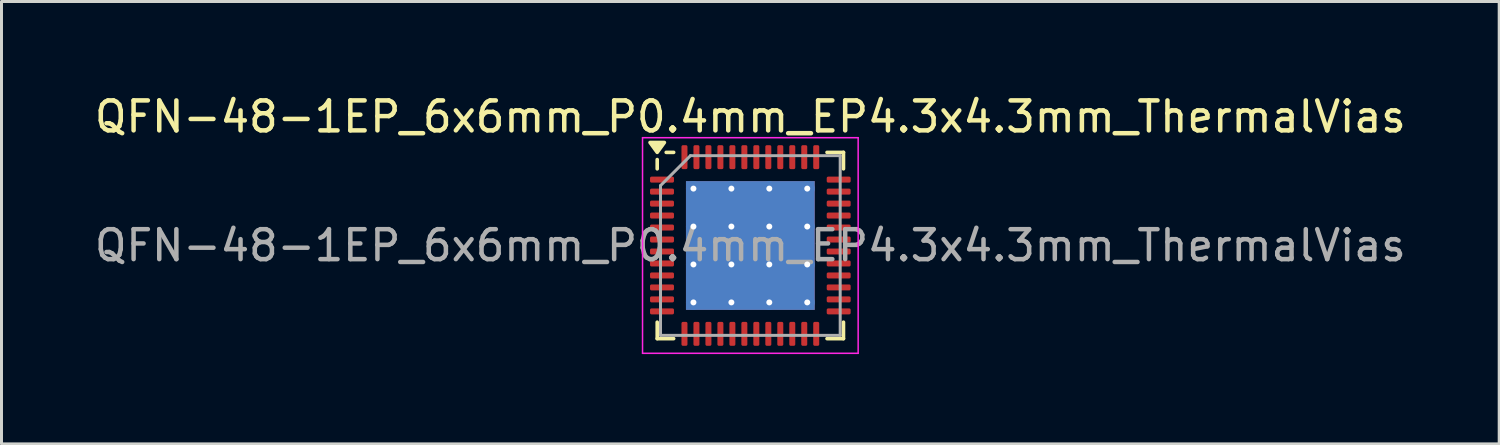
<source format=kicad_pcb>
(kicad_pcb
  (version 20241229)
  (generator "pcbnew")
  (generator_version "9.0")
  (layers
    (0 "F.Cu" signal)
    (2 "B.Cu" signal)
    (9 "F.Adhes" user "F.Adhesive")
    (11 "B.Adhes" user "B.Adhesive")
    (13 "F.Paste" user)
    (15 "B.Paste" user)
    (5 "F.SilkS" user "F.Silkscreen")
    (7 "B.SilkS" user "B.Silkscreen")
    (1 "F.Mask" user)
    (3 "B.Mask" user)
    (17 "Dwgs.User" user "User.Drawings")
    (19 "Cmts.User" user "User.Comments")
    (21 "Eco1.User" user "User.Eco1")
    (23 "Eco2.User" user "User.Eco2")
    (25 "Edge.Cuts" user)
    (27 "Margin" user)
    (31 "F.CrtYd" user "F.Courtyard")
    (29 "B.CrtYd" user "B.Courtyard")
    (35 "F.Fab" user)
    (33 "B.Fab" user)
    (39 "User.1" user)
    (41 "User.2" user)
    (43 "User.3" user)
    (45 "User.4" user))
  (footprint "QFN-48-1EP_6x6mm_P0.4mm_EP4.3x4.3mm_ThermalVias"
    (layer "F.Cu")
    (at 22.006 5.148)
    (property "Reference" "QFN-48-1EP_6x6mm_P0.4mm_EP4.3x4.3mm_ThermalVias" (at 0 -4.3 0) (layer "F.SilkS") (effects (font (size 1 1) (thickness 0.15))))
    (attr smd)
    (fp_line (start -3.11 -2.56) (end -3.11 -2.87) (stroke (width 0.12) (type solid)) (layer "F.SilkS"))
    (fp_line (start -3.11 3.11) (end -3.11 2.56) (stroke (width 0.12) (type solid)) (layer "F.SilkS"))
    (fp_line (start -2.56 -3.11) (end -2.81 -3.11) (stroke (width 0.12) (type solid)) (layer "F.SilkS"))
    (fp_line (start -2.56 3.11) (end -3.11 3.11) (stroke (width 0.12) (type solid)) (layer "F.SilkS"))
    (fp_line (start 2.56 -3.11) (end 3.11 -3.11) (stroke (width 0.12) (type solid)) (layer "F.SilkS"))
    (fp_line (start 2.56 3.11) (end 3.11 3.11) (stroke (width 0.12) (type solid)) (layer "F.SilkS"))
    (fp_line (start 3.11 -3.11) (end 3.11 -2.56) (stroke (width 0.12) (type solid)) (layer "F.SilkS"))
    (fp_line (start 3.11 3.11) (end 3.11 2.56) (stroke (width 0.12) (type solid)) (layer "F.SilkS"))
    (fp_poly (pts (xy -3.11 -3.11) (xy -3.35 -3.44) (xy -2.87 -3.44) (xy -3.11 -3.11)) (stroke (width 0.12) (type solid)) (fill yes) (layer "F.SilkS"))
    (fp_line (start -3.6 -3.6) (end -3.6 3.6) (stroke (width 0.05) (type solid)) (layer "F.CrtYd"))
    (fp_line (start -3.6 3.6) (end 3.6 3.6) (stroke (width 0.05) (type solid)) (layer "F.CrtYd"))
    (fp_line (start 3.6 -3.6) (end -3.6 -3.6) (stroke (width 0.05) (type solid)) (layer "F.CrtYd"))
    (fp_line (start 3.6 3.6) (end 3.6 -3.6) (stroke (width 0.05) (type solid)) (layer "F.CrtYd"))
    (fp_line (start -3 -2) (end -2 -3) (stroke (width 0.1) (type solid)) (layer "F.Fab"))
    (fp_line (start -3 3) (end -3 -2) (stroke (width 0.1) (type solid)) (layer "F.Fab"))
    (fp_line (start -2 -3) (end 3 -3) (stroke (width 0.1) (type solid)) (layer "F.Fab"))
    (fp_line (start 3 -3) (end 3 3) (stroke (width 0.1) (type solid)) (layer "F.Fab"))
    (fp_line (start 3 3) (end -3 3) (stroke (width 0.1) (type solid)) (layer "F.Fab"))
    (fp_text user "${REFERENCE}" (at 0 0 0) (layer "F.Fab") (effects (font (size 1 1) (thickness 0.15))))
    (pad "" smd custom (at -1.267 -1.267) (size 1.034 1.034) (layers "F.Paste") (options (anchor circle)) (primitives (gr_poly (pts (xy -0.456 -0.356) (xy -0.356 -0.456) (xy 0.356 -0.456) (xy 0.456 -0.356) (xy 0.456 0.356) (xy 0.356 0.456) (xy -0.356 0.456) (xy -0.456 0.356)) (width 0.243) (fill yes))))
    (pad "" smd custom (at -1.267 0) (size 1.034 1.034) (layers "F.Paste") (options (anchor circle)) (primitives (gr_poly (pts (xy -0.456 -0.356) (xy -0.356 -0.456) (xy 0.356 -0.456) (xy 0.456 -0.356) (xy 0.456 0.356) (xy 0.356 0.456) (xy -0.356 0.456) (xy -0.456 0.356)) (width 0.243) (fill yes))))
    (pad "" smd custom (at -1.267 1.267) (size 1.034 1.034) (layers "F.Paste") (options (anchor circle)) (primitives (gr_poly (pts (xy -0.456 -0.356) (xy -0.356 -0.456) (xy 0.356 -0.456) (xy 0.456 -0.356) (xy 0.456 0.356) (xy 0.356 0.456) (xy -0.356 0.456) (xy -0.456 0.356)) (width 0.243) (fill yes))))
    (pad "" smd custom (at 0 -1.267) (size 1.034 1.034) (layers "F.Paste") (options (anchor circle)) (primitives (gr_poly (pts (xy -0.456 -0.356) (xy -0.356 -0.456) (xy 0.356 -0.456) (xy 0.456 -0.356) (xy 0.456 0.356) (xy 0.356 0.456) (xy -0.356 0.456) (xy -0.456 0.356)) (width 0.243) (fill yes))))
    (pad "" smd custom (at 0 0) (size 1.034 1.034) (layers "F.Paste") (options (anchor circle)) (primitives (gr_poly (pts (xy -0.456 -0.356) (xy -0.356 -0.456) (xy 0.356 -0.456) (xy 0.456 -0.356) (xy 0.456 0.356) (xy 0.356 0.456) (xy -0.356 0.456) (xy -0.456 0.356)) (width 0.243) (fill yes))))
    (pad "" smd custom (at 0 1.267) (size 1.034 1.034) (layers "F.Paste") (options (anchor circle)) (primitives (gr_poly (pts (xy -0.456 -0.356) (xy -0.356 -0.456) (xy 0.356 -0.456) (xy 0.456 -0.356) (xy 0.456 0.356) (xy 0.356 0.456) (xy -0.356 0.456) (xy -0.456 0.356)) (width 0.243) (fill yes))))
    (pad "" smd custom (at 1.267 -1.267) (size 1.034 1.034) (layers "F.Paste") (options (anchor circle)) (primitives (gr_poly (pts (xy -0.456 -0.356) (xy -0.356 -0.456) (xy 0.356 -0.456) (xy 0.456 -0.356) (xy 0.456 0.356) (xy 0.356 0.456) (xy -0.356 0.456) (xy -0.456 0.356)) (width 0.243) (fill yes))))
    (pad "" smd custom (at 1.267 0) (size 1.034 1.034) (layers "F.Paste") (options (anchor circle)) (primitives (gr_poly (pts (xy -0.456 -0.356) (xy -0.356 -0.456) (xy 0.356 -0.456) (xy 0.456 -0.356) (xy 0.456 0.356) (xy 0.356 0.456) (xy -0.356 0.456) (xy -0.456 0.356)) (width 0.243) (fill yes))))
    (pad "" smd custom (at 1.267 1.267) (size 1.034 1.034) (layers "F.Paste") (options (anchor circle)) (primitives (gr_poly (pts (xy -0.456 -0.356) (xy -0.356 -0.456) (xy 0.356 -0.456) (xy 0.456 -0.356) (xy 0.456 0.356) (xy 0.356 0.456) (xy -0.356 0.456) (xy -0.456 0.356)) (width 0.243) (fill yes))))
    (pad "1" smd roundrect (at -2.95 -2.2) (size 0.8 0.2) (layers "F.Cu" "F.Mask" "F.Paste") (roundrect_rratio 0.25))
    (pad "2" smd roundrect (at -2.95 -1.8) (size 0.8 0.2) (layers "F.Cu" "F.Mask" "F.Paste") (roundrect_rratio 0.25))
    (pad "3" smd roundrect (at -2.95 -1.4) (size 0.8 0.2) (layers "F.Cu" "F.Mask" "F.Paste") (roundrect_rratio 0.25))
    (pad "4" smd roundrect (at -2.95 -1) (size 0.8 0.2) (layers "F.Cu" "F.Mask" "F.Paste") (roundrect_rratio 0.25))
    (pad "5" smd roundrect (at -2.95 -0.6) (size 0.8 0.2) (layers "F.Cu" "F.Mask" "F.Paste") (roundrect_rratio 0.25))
    (pad "6" smd roundrect (at -2.95 -0.2) (size 0.8 0.2) (layers "F.Cu" "F.Mask" "F.Paste") (roundrect_rratio 0.25))
    (pad "7" smd roundrect (at -2.95 0.2) (size 0.8 0.2) (layers "F.Cu" "F.Mask" "F.Paste") (roundrect_rratio 0.25))
    (pad "8" smd roundrect (at -2.95 0.6) (size 0.8 0.2) (layers "F.Cu" "F.Mask" "F.Paste") (roundrect_rratio 0.25))
    (pad "9" smd roundrect (at -2.95 1) (size 0.8 0.2) (layers "F.Cu" "F.Mask" "F.Paste") (roundrect_rratio 0.25))
    (pad "10" smd roundrect (at -2.95 1.4) (size 0.8 0.2) (layers "F.Cu" "F.Mask" "F.Paste") (roundrect_rratio 0.25))
    (pad "11" smd roundrect (at -2.95 1.8) (size 0.8 0.2) (layers "F.Cu" "F.Mask" "F.Paste") (roundrect_rratio 0.25))
    (pad "12" smd roundrect (at -2.95 2.2) (size 0.8 0.2) (layers "F.Cu" "F.Mask" "F.Paste") (roundrect_rratio 0.25))
    (pad "13" smd roundrect (at -2.2 2.95) (size 0.2 0.8) (layers "F.Cu" "F.Mask" "F.Paste") (roundrect_rratio 0.25))
    (pad "14" smd roundrect (at -1.8 2.95) (size 0.2 0.8) (layers "F.Cu" "F.Mask" "F.Paste") (roundrect_rratio 0.25))
    (pad "15" smd roundrect (at -1.4 2.95) (size 0.2 0.8) (layers "F.Cu" "F.Mask" "F.Paste") (roundrect_rratio 0.25))
    (pad "16" smd roundrect (at -1 2.95) (size 0.2 0.8) (layers "F.Cu" "F.Mask" "F.Paste") (roundrect_rratio 0.25))
    (pad "17" smd roundrect (at -0.6 2.95) (size 0.2 0.8) (layers "F.Cu" "F.Mask" "F.Paste") (roundrect_rratio 0.25))
    (pad "18" smd roundrect (at -0.2 2.95) (size 0.2 0.8) (layers "F.Cu" "F.Mask" "F.Paste") (roundrect_rratio 0.25))
    (pad "19" smd roundrect (at 0.2 2.95) (size 0.2 0.8) (layers "F.Cu" "F.Mask" "F.Paste") (roundrect_rratio 0.25))
    (pad "20" smd roundrect (at 0.6 2.95) (size 0.2 0.8) (layers "F.Cu" "F.Mask" "F.Paste") (roundrect_rratio 0.25))
    (pad "21" smd roundrect (at 1 2.95) (size 0.2 0.8) (layers "F.Cu" "F.Mask" "F.Paste") (roundrect_rratio 0.25))
    (pad "22" smd roundrect (at 1.4 2.95) (size 0.2 0.8) (layers "F.Cu" "F.Mask" "F.Paste") (roundrect_rratio 0.25))
    (pad "23" smd roundrect (at 1.8 2.95) (size 0.2 0.8) (layers "F.Cu" "F.Mask" "F.Paste") (roundrect_rratio 0.25))
    (pad "24" smd roundrect (at 2.2 2.95) (size 0.2 0.8) (layers "F.Cu" "F.Mask" "F.Paste") (roundrect_rratio 0.25))
    (pad "25" smd roundrect (at 2.95 2.2) (size 0.8 0.2) (layers "F.Cu" "F.Mask" "F.Paste") (roundrect_rratio 0.25))
    (pad "26" smd roundrect (at 2.95 1.8) (size 0.8 0.2) (layers "F.Cu" "F.Mask" "F.Paste") (roundrect_rratio 0.25))
    (pad "27" smd roundrect (at 2.95 1.4) (size 0.8 0.2) (layers "F.Cu" "F.Mask" "F.Paste") (roundrect_rratio 0.25))
    (pad "28" smd roundrect (at 2.95 1) (size 0.8 0.2) (layers "F.Cu" "F.Mask" "F.Paste") (roundrect_rratio 0.25))
    (pad "29" smd roundrect (at 2.95 0.6) (size 0.8 0.2) (layers "F.Cu" "F.Mask" "F.Paste") (roundrect_rratio 0.25))
    (pad "30" smd roundrect (at 2.95 0.2) (size 0.8 0.2) (layers "F.Cu" "F.Mask" "F.Paste") (roundrect_rratio 0.25))
    (pad "31" smd roundrect (at 2.95 -0.2) (size 0.8 0.2) (layers "F.Cu" "F.Mask" "F.Paste") (roundrect_rratio 0.25))
    (pad "32" smd roundrect (at 2.95 -0.6) (size 0.8 0.2) (layers "F.Cu" "F.Mask" "F.Paste") (roundrect_rratio 0.25))
    (pad "33" smd roundrect (at 2.95 -1) (size 0.8 0.2) (layers "F.Cu" "F.Mask" "F.Paste") (roundrect_rratio 0.25))
    (pad "34" smd roundrect (at 2.95 -1.4) (size 0.8 0.2) (layers "F.Cu" "F.Mask" "F.Paste") (roundrect_rratio 0.25))
    (pad "35" smd roundrect (at 2.95 -1.8) (size 0.8 0.2) (layers "F.Cu" "F.Mask" "F.Paste") (roundrect_rratio 0.25))
    (pad "36" smd roundrect (at 2.95 -2.2) (size 0.8 0.2) (layers "F.Cu" "F.Mask" "F.Paste") (roundrect_rratio 0.25))
    (pad "37" smd roundrect (at 2.2 -2.95) (size 0.2 0.8) (layers "F.Cu" "F.Mask" "F.Paste") (roundrect_rratio 0.25))
    (pad "38" smd roundrect (at 1.8 -2.95) (size 0.2 0.8) (layers "F.Cu" "F.Mask" "F.Paste") (roundrect_rratio 0.25))
    (pad "39" smd roundrect (at 1.4 -2.95) (size 0.2 0.8) (layers "F.Cu" "F.Mask" "F.Paste") (roundrect_rratio 0.25))
    (pad "40" smd roundrect (at 1 -2.95) (size 0.2 0.8) (layers "F.Cu" "F.Mask" "F.Paste") (roundrect_rratio 0.25))
    (pad "41" smd roundrect (at 0.6 -2.95) (size 0.2 0.8) (layers "F.Cu" "F.Mask" "F.Paste") (roundrect_rratio 0.25))
    (pad "42" smd roundrect (at 0.2 -2.95) (size 0.2 0.8) (layers "F.Cu" "F.Mask" "F.Paste") (roundrect_rratio 0.25))
    (pad "43" smd roundrect (at -0.2 -2.95) (size 0.2 0.8) (layers "F.Cu" "F.Mask" "F.Paste") (roundrect_rratio 0.25))
    (pad "44" smd roundrect (at -0.6 -2.95) (size 0.2 0.8) (layers "F.Cu" "F.Mask" "F.Paste") (roundrect_rratio 0.25))
    (pad "45" smd roundrect (at -1 -2.95) (size 0.2 0.8) (layers "F.Cu" "F.Mask" "F.Paste") (roundrect_rratio 0.25))
    (pad "46" smd roundrect (at -1.4 -2.95) (size 0.2 0.8) (layers "F.Cu" "F.Mask" "F.Paste") (roundrect_rratio 0.25))
    (pad "47" smd roundrect (at -1.8 -2.95) (size 0.2 0.8) (layers "F.Cu" "F.Mask" "F.Paste") (roundrect_rratio 0.25))
    (pad "48" smd roundrect (at -2.2 -2.95) (size 0.2 0.8) (layers "F.Cu" "F.Mask" "F.Paste") (roundrect_rratio 0.25))
    (pad "49" thru_hole circle (at -1.9 -1.9) (size 0.5 0.5) (drill 0.2) (property pad_prop_heatsink) (layers "*.Cu"))
    (pad "49" thru_hole circle (at -1.9 -0.633) (size 0.5 0.5) (drill 0.2) (property pad_prop_heatsink) (layers "*.Cu"))
    (pad "49" thru_hole circle (at -1.9 0.633) (size 0.5 0.5) (drill 0.2) (property pad_prop_heatsink) (layers "*.Cu"))
    (pad "49" thru_hole circle (at -1.9 1.9) (size 0.5 0.5) (drill 0.2) (property pad_prop_heatsink) (layers "*.Cu"))
    (pad "49" thru_hole circle (at -0.633 -1.9) (size 0.5 0.5) (drill 0.2) (property pad_prop_heatsink) (layers "*.Cu"))
    (pad "49" thru_hole circle (at -0.633 -0.633) (size 0.5 0.5) (drill 0.2) (property pad_prop_heatsink) (layers "*.Cu"))
    (pad "49" thru_hole circle (at -0.633 0.633) (size 0.5 0.5) (drill 0.2) (property pad_prop_heatsink) (layers "*.Cu"))
    (pad "49" thru_hole circle (at -0.633 1.9) (size 0.5 0.5) (drill 0.2) (property pad_prop_heatsink) (layers "*.Cu"))
    (pad "49" smd rect (at 0 0) (size 4.3 4.3) (property pad_prop_heatsink) (layers "F.Cu" "F.Mask"))
    (pad "49" smd rect (at 0 0) (size 4.3 4.3) (property pad_prop_heatsink) (layers "B.Cu"))
    (pad "49" thru_hole circle (at 0.633 -1.9) (size 0.5 0.5) (drill 0.2) (property pad_prop_heatsink) (layers "*.Cu"))
    (pad "49" thru_hole circle (at 0.633 -0.633) (size 0.5 0.5) (drill 0.2) (property pad_prop_heatsink) (layers "*.Cu"))
    (pad "49" thru_hole circle (at 0.633 0.633) (size 0.5 0.5) (drill 0.2) (property pad_prop_heatsink) (layers "*.Cu"))
    (pad "49" thru_hole circle (at 0.633 1.9) (size 0.5 0.5) (drill 0.2) (property pad_prop_heatsink) (layers "*.Cu"))
    (pad "49" thru_hole circle (at 1.9 -1.9) (size 0.5 0.5) (drill 0.2) (property pad_prop_heatsink) (layers "*.Cu"))
    (pad "49" thru_hole circle (at 1.9 -0.633) (size 0.5 0.5) (drill 0.2) (property pad_prop_heatsink) (layers "*.Cu"))
    (pad "49" thru_hole circle (at 1.9 0.633) (size 0.5 0.5) (drill 0.2) (property pad_prop_heatsink) (layers "*.Cu"))
    (pad "49" thru_hole circle (at 1.9 1.9) (size 0.5 0.5) (drill 0.2) (property pad_prop_heatsink) (layers "*.Cu")))
  (gr_rect
    (start -3 -3)
    (end 47.012 11.773)
    (stroke (width 0.1) (type default))
    (fill no)
    (layer "Edge.Cuts")))
</source>
